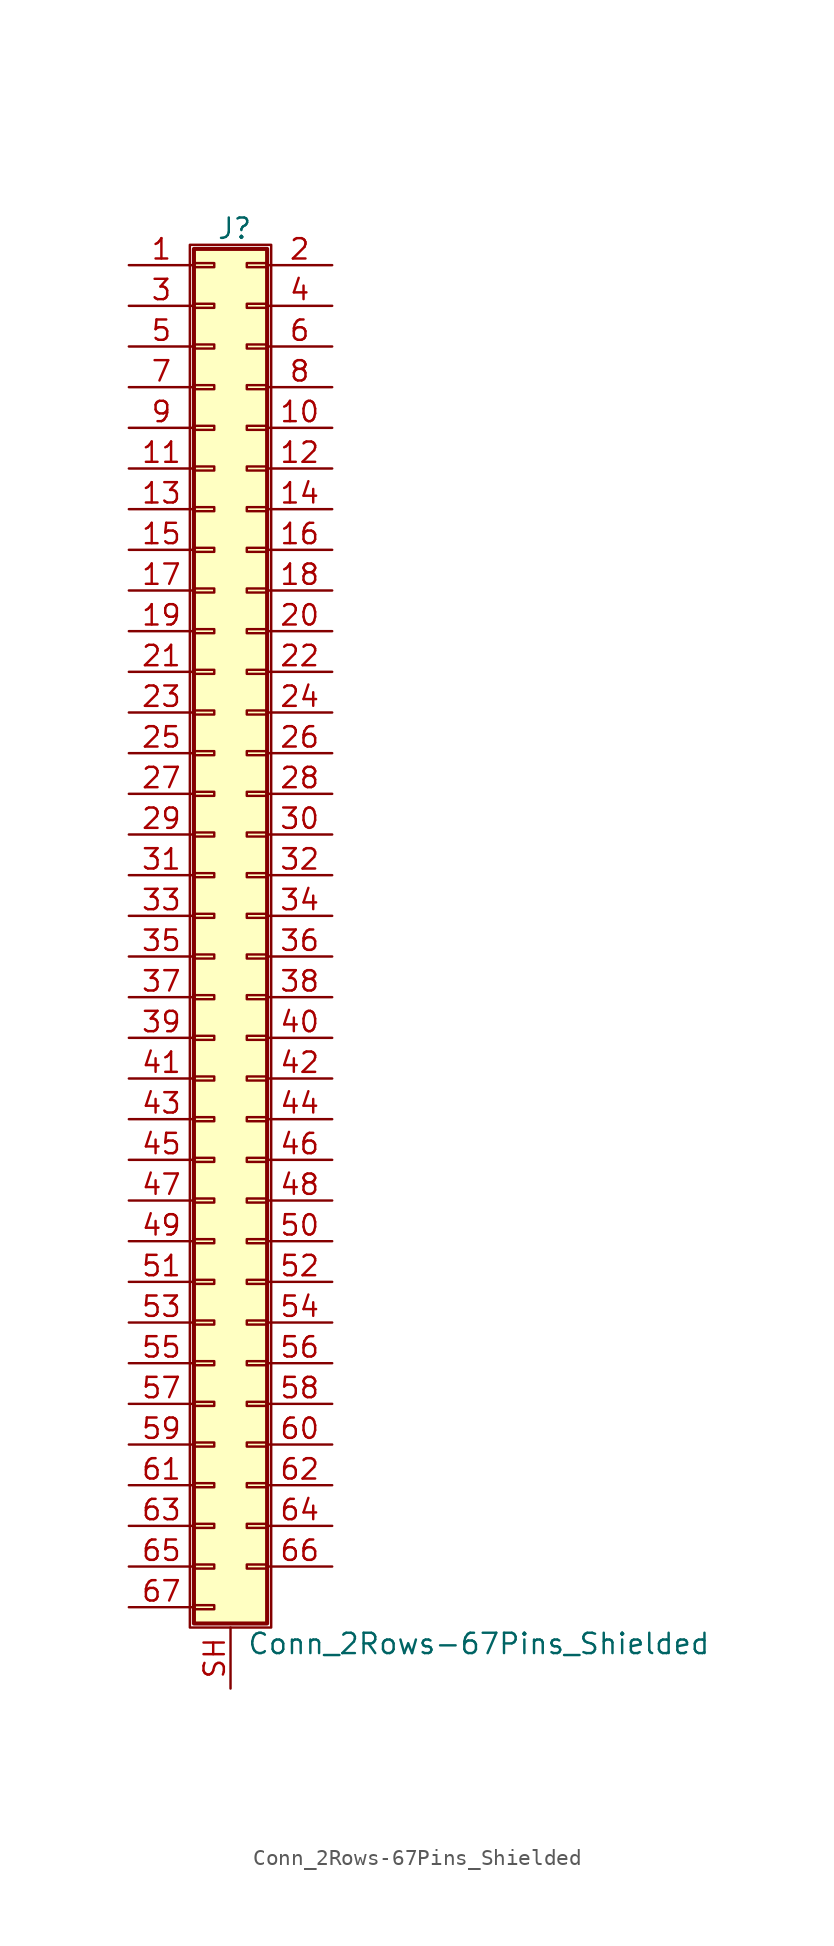
<source format=kicad_sym>
(kicad_symbol_lib
  (version 20220914)
  (generator kicad_symbol_editor)
  (symbol "Conn_2Rows-67Pins_Shielded"
    (pin_names
      (offset 1.016) hide)
    (property "Reference" "J"
      (at 1.524 42.926 0)
      (effects (font (size 1.27 1.27))))
    (property "Value" "Conn_2Rows-67Pins_Shielded"
      (at 2.286 -45.466 0)
      (effects (font (size 1.27 1.27)) (justify left)))
    (symbol "Conn_2Rows-67Pins_Shielded_1_1"
      (rectangle (start -1.27 41.91) (end 3.81 -44.45) (stroke (width 0.152) (type default)) (fill (type none)))
      (rectangle (start -1.016 -43.053) (end 0.254 -43.307) (stroke (width 0.152) (type default)) (fill (type none)))
      (rectangle (start -1.016 -40.513) (end 0.254 -40.767) (stroke (width 0.152) (type default)) (fill (type none)))
      (rectangle (start -1.016 -37.973) (end 0.254 -38.227) (stroke (width 0.152) (type default)) (fill (type none)))
      (rectangle (start -1.016 -35.433) (end 0.254 -35.687) (stroke (width 0.152) (type default)) (fill (type none)))
      (rectangle (start -1.016 -32.893) (end 0.254 -33.147) (stroke (width 0.152) (type default)) (fill (type none)))
      (rectangle (start -1.016 -30.353) (end 0.254 -30.607) (stroke (width 0.152) (type default)) (fill (type none)))
      (rectangle (start -1.016 -27.813) (end 0.254 -28.067) (stroke (width 0.152) (type default)) (fill (type none)))
      (rectangle (start -1.016 -25.273) (end 0.254 -25.527) (stroke (width 0.152) (type default)) (fill (type none)))
      (rectangle (start -1.016 -22.733) (end 0.254 -22.987) (stroke (width 0.152) (type default)) (fill (type none)))
      (rectangle (start -1.016 -20.193) (end 0.254 -20.447) (stroke (width 0.152) (type default)) (fill (type none)))
      (rectangle (start -1.016 -17.653) (end 0.254 -17.907) (stroke (width 0.152) (type default)) (fill (type none)))
      (rectangle (start -1.016 -15.113) (end 0.254 -15.367) (stroke (width 0.152) (type default)) (fill (type none)))
      (rectangle (start -1.016 -12.573) (end 0.254 -12.827) (stroke (width 0.152) (type default)) (fill (type none)))
      (rectangle (start -1.016 -10.033) (end 0.254 -10.287) (stroke (width 0.152) (type default)) (fill (type none)))
      (rectangle (start -1.016 -7.493) (end 0.254 -7.747) (stroke (width 0.152) (type default)) (fill (type none)))
      (rectangle (start -1.016 -4.953) (end 0.254 -5.207) (stroke (width 0.152) (type default)) (fill (type none)))
      (rectangle (start -1.016 -2.413) (end 0.254 -2.667) (stroke (width 0.152) (type default)) (fill (type none)))
      (rectangle (start -1.016 0.127) (end 0.254 -0.127) (stroke (width 0.152) (type default)) (fill (type none)))
      (rectangle (start -1.016 2.667) (end 0.254 2.413) (stroke (width 0.152) (type default)) (fill (type none)))
      (rectangle (start -1.016 5.207) (end 0.254 4.953) (stroke (width 0.152) (type default)) (fill (type none)))
      (rectangle (start -1.016 7.747) (end 0.254 7.493) (stroke (width 0.152) (type default)) (fill (type none)))
      (rectangle (start -1.016 10.287) (end 0.254 10.033) (stroke (width 0.152) (type default)) (fill (type none)))
      (rectangle (start -1.016 12.827) (end 0.254 12.573) (stroke (width 0.152) (type default)) (fill (type none)))
      (rectangle (start -1.016 15.367) (end 0.254 15.113) (stroke (width 0.152) (type default)) (fill (type none)))
      (rectangle (start -1.016 17.907) (end 0.254 17.653) (stroke (width 0.152) (type default)) (fill (type none)))
      (rectangle (start -1.016 20.447) (end 0.254 20.193) (stroke (width 0.152) (type default)) (fill (type none)))
      (rectangle (start -1.016 22.987) (end 0.254 22.733) (stroke (width 0.152) (type default)) (fill (type none)))
      (rectangle (start -1.016 25.527) (end 0.254 25.273) (stroke (width 0.152) (type default)) (fill (type none)))
      (rectangle (start -1.016 28.067) (end 0.254 27.813) (stroke (width 0.152) (type default)) (fill (type none)))
      (rectangle (start -1.016 30.607) (end 0.254 30.353) (stroke (width 0.152) (type default)) (fill (type none)))
      (rectangle (start -1.016 33.147) (end 0.254 32.893) (stroke (width 0.152) (type default)) (fill (type none)))
      (rectangle (start -1.016 35.687) (end 0.254 35.433) (stroke (width 0.152) (type default)) (fill (type none)))
      (rectangle (start -1.016 38.227) (end 0.254 37.973) (stroke (width 0.152) (type default)) (fill (type none)))
      (rectangle (start -1.016 40.767) (end 0.254 40.513) (stroke (width 0.152) (type default)) (fill (type none)))
      (rectangle (start -1.016 41.656) (end 3.556 -44.196) (stroke (width 0.254) (type default)) (fill (type background)))
      (rectangle (start 3.556 -40.513) (end 2.286 -40.767) (stroke (width 0.152) (type default)) (fill (type none)))
      (rectangle (start 3.556 -37.973) (end 2.286 -38.227) (stroke (width 0.152) (type default)) (fill (type none)))
      (rectangle (start 3.556 -35.433) (end 2.286 -35.687) (stroke (width 0.152) (type default)) (fill (type none)))
      (rectangle (start 3.556 -32.893) (end 2.286 -33.147) (stroke (width 0.152) (type default)) (fill (type none)))
      (rectangle (start 3.556 -30.353) (end 2.286 -30.607) (stroke (width 0.152) (type default)) (fill (type none)))
      (rectangle (start 3.556 -27.813) (end 2.286 -28.067) (stroke (width 0.152) (type default)) (fill (type none)))
      (rectangle (start 3.556 -25.273) (end 2.286 -25.527) (stroke (width 0.152) (type default)) (fill (type none)))
      (rectangle (start 3.556 -22.733) (end 2.286 -22.987) (stroke (width 0.152) (type default)) (fill (type none)))
      (rectangle (start 3.556 -20.193) (end 2.286 -20.447) (stroke (width 0.152) (type default)) (fill (type none)))
      (rectangle (start 3.556 -17.653) (end 2.286 -17.907) (stroke (width 0.152) (type default)) (fill (type none)))
      (rectangle (start 3.556 -15.113) (end 2.286 -15.367) (stroke (width 0.152) (type default)) (fill (type none)))
      (rectangle (start 3.556 -12.573) (end 2.286 -12.827) (stroke (width 0.152) (type default)) (fill (type none)))
      (rectangle (start 3.556 -10.033) (end 2.286 -10.287) (stroke (width 0.152) (type default)) (fill (type none)))
      (rectangle (start 3.556 -7.493) (end 2.286 -7.747) (stroke (width 0.152) (type default)) (fill (type none)))
      (rectangle (start 3.556 -4.953) (end 2.286 -5.207) (stroke (width 0.152) (type default)) (fill (type none)))
      (rectangle (start 3.556 -2.413) (end 2.286 -2.667) (stroke (width 0.152) (type default)) (fill (type none)))
      (rectangle (start 3.556 0.127) (end 2.286 -0.127) (stroke (width 0.152) (type default)) (fill (type none)))
      (rectangle (start 3.556 2.667) (end 2.286 2.413) (stroke (width 0.152) (type default)) (fill (type none)))
      (rectangle (start 3.556 5.207) (end 2.286 4.953) (stroke (width 0.152) (type default)) (fill (type none)))
      (rectangle (start 3.556 7.747) (end 2.286 7.493) (stroke (width 0.152) (type default)) (fill (type none)))
      (rectangle (start 3.556 10.287) (end 2.286 10.033) (stroke (width 0.152) (type default)) (fill (type none)))
      (rectangle (start 3.556 12.827) (end 2.286 12.573) (stroke (width 0.152) (type default)) (fill (type none)))
      (rectangle (start 3.556 15.367) (end 2.286 15.113) (stroke (width 0.152) (type default)) (fill (type none)))
      (rectangle (start 3.556 17.907) (end 2.286 17.653) (stroke (width 0.152) (type default)) (fill (type none)))
      (rectangle (start 3.556 20.447) (end 2.286 20.193) (stroke (width 0.152) (type default)) (fill (type none)))
      (rectangle (start 3.556 22.987) (end 2.286 22.733) (stroke (width 0.152) (type default)) (fill (type none)))
      (rectangle (start 3.556 25.527) (end 2.286 25.273) (stroke (width 0.152) (type default)) (fill (type none)))
      (rectangle (start 3.556 28.067) (end 2.286 27.813) (stroke (width 0.152) (type default)) (fill (type none)))
      (rectangle (start 3.556 30.607) (end 2.286 30.353) (stroke (width 0.152) (type default)) (fill (type none)))
      (rectangle (start 3.556 33.147) (end 2.286 32.893) (stroke (width 0.152) (type default)) (fill (type none)))
      (rectangle (start 3.556 35.687) (end 2.286 35.433) (stroke (width 0.152) (type default)) (fill (type none)))
      (rectangle (start 3.556 38.227) (end 2.286 37.973) (stroke (width 0.152) (type default)) (fill (type none)))
      (rectangle (start 3.556 40.767) (end 2.286 40.513) (stroke (width 0.152) (type default)) (fill (type none)))
      (pin passive line (at -5.08 40.64 0) (length 4.064) (name "Pin_1" (effects (font (size 1.27 1.27)))) (number "1" (effects (font (size 1.27 1.27)))))
      (pin passive line (at 7.62 30.48 180) (length 4.064) (name "Pin_10" (effects (font (size 1.27 1.27)))) (number "10" (effects (font (size 1.27 1.27)))))
      (pin passive line (at -5.08 27.94 0) (length 4.064) (name "Pin_11" (effects (font (size 1.27 1.27)))) (number "11" (effects (font (size 1.27 1.27)))))
      (pin passive line (at 7.62 27.94 180) (length 4.064) (name "Pin_12" (effects (font (size 1.27 1.27)))) (number "12" (effects (font (size 1.27 1.27)))))
      (pin passive line (at -5.08 25.4 0) (length 4.064) (name "Pin_13" (effects (font (size 1.27 1.27)))) (number "13" (effects (font (size 1.27 1.27)))))
      (pin passive line (at 7.62 25.4 180) (length 4.064) (name "Pin_14" (effects (font (size 1.27 1.27)))) (number "14" (effects (font (size 1.27 1.27)))))
      (pin passive line (at -5.08 22.86 0) (length 4.064) (name "Pin_15" (effects (font (size 1.27 1.27)))) (number "15" (effects (font (size 1.27 1.27)))))
      (pin passive line (at 7.62 22.86 180) (length 4.064) (name "Pin_16" (effects (font (size 1.27 1.27)))) (number "16" (effects (font (size 1.27 1.27)))))
      (pin passive line (at -5.08 20.32 0) (length 4.064) (name "Pin_17" (effects (font (size 1.27 1.27)))) (number "17" (effects (font (size 1.27 1.27)))))
      (pin passive line (at 7.62 20.32 180) (length 4.064) (name "Pin_18" (effects (font (size 1.27 1.27)))) (number "18" (effects (font (size 1.27 1.27)))))
      (pin passive line (at -5.08 17.78 0) (length 4.064) (name "Pin_19" (effects (font (size 1.27 1.27)))) (number "19" (effects (font (size 1.27 1.27)))))
      (pin passive line (at 7.62 40.64 180) (length 4.064) (name "Pin_2" (effects (font (size 1.27 1.27)))) (number "2" (effects (font (size 1.27 1.27)))))
      (pin passive line (at 7.62 17.78 180) (length 4.064) (name "Pin_20" (effects (font (size 1.27 1.27)))) (number "20" (effects (font (size 1.27 1.27)))))
      (pin passive line (at -5.08 15.24 0) (length 4.064) (name "Pin_21" (effects (font (size 1.27 1.27)))) (number "21" (effects (font (size 1.27 1.27)))))
      (pin passive line (at 7.62 15.24 180) (length 4.064) (name "Pin_22" (effects (font (size 1.27 1.27)))) (number "22" (effects (font (size 1.27 1.27)))))
      (pin passive line (at -5.08 12.7 0) (length 4.064) (name "Pin_23" (effects (font (size 1.27 1.27)))) (number "23" (effects (font (size 1.27 1.27)))))
      (pin passive line (at 7.62 12.7 180) (length 4.064) (name "Pin_24" (effects (font (size 1.27 1.27)))) (number "24" (effects (font (size 1.27 1.27)))))
      (pin passive line (at -5.08 10.16 0) (length 4.064) (name "Pin_25" (effects (font (size 1.27 1.27)))) (number "25" (effects (font (size 1.27 1.27)))))
      (pin passive line (at 7.62 10.16 180) (length 4.064) (name "Pin_26" (effects (font (size 1.27 1.27)))) (number "26" (effects (font (size 1.27 1.27)))))
      (pin passive line (at -5.08 7.62 0) (length 4.064) (name "Pin_27" (effects (font (size 1.27 1.27)))) (number "27" (effects (font (size 1.27 1.27)))))
      (pin passive line (at 7.62 7.62 180) (length 4.064) (name "Pin_28" (effects (font (size 1.27 1.27)))) (number "28" (effects (font (size 1.27 1.27)))))
      (pin passive line (at -5.08 5.08 0) (length 4.064) (name "Pin_29" (effects (font (size 1.27 1.27)))) (number "29" (effects (font (size 1.27 1.27)))))
      (pin passive line (at -5.08 38.1 0) (length 4.064) (name "Pin_3" (effects (font (size 1.27 1.27)))) (number "3" (effects (font (size 1.27 1.27)))))
      (pin passive line (at 7.62 5.08 180) (length 4.064) (name "Pin_30" (effects (font (size 1.27 1.27)))) (number "30" (effects (font (size 1.27 1.27)))))
      (pin passive line (at -5.08 2.54 0) (length 4.064) (name "Pin_31" (effects (font (size 1.27 1.27)))) (number "31" (effects (font (size 1.27 1.27)))))
      (pin passive line (at 7.62 2.54 180) (length 4.064) (name "Pin_32" (effects (font (size 1.27 1.27)))) (number "32" (effects (font (size 1.27 1.27)))))
      (pin passive line (at -5.08 0 0) (length 4.064) (name "Pin_33" (effects (font (size 1.27 1.27)))) (number "33" (effects (font (size 1.27 1.27)))))
      (pin passive line (at 7.62 0 180) (length 4.064) (name "Pin_34" (effects (font (size 1.27 1.27)))) (number "34" (effects (font (size 1.27 1.27)))))
      (pin passive line (at -5.08 -2.54 0) (length 4.064) (name "Pin_35" (effects (font (size 1.27 1.27)))) (number "35" (effects (font (size 1.27 1.27)))))
      (pin passive line (at 7.62 -2.54 180) (length 4.064) (name "Pin_36" (effects (font (size 1.27 1.27)))) (number "36" (effects (font (size 1.27 1.27)))))
      (pin passive line (at -5.08 -5.08 0) (length 4.064) (name "Pin_37" (effects (font (size 1.27 1.27)))) (number "37" (effects (font (size 1.27 1.27)))))
      (pin passive line (at 7.62 -5.08 180) (length 4.064) (name "Pin_38" (effects (font (size 1.27 1.27)))) (number "38" (effects (font (size 1.27 1.27)))))
      (pin passive line (at -5.08 -7.62 0) (length 4.064) (name "Pin_39" (effects (font (size 1.27 1.27)))) (number "39" (effects (font (size 1.27 1.27)))))
      (pin passive line (at 7.62 38.1 180) (length 4.064) (name "Pin_4" (effects (font (size 1.27 1.27)))) (number "4" (effects (font (size 1.27 1.27)))))
      (pin passive line (at 7.62 -7.62 180) (length 4.064) (name "Pin_40" (effects (font (size 1.27 1.27)))) (number "40" (effects (font (size 1.27 1.27)))))
      (pin passive line (at -5.08 -10.16 0) (length 4.064) (name "Pin_41" (effects (font (size 1.27 1.27)))) (number "41" (effects (font (size 1.27 1.27)))))
      (pin passive line (at 7.62 -10.16 180) (length 4.064) (name "Pin_42" (effects (font (size 1.27 1.27)))) (number "42" (effects (font (size 1.27 1.27)))))
      (pin passive line (at -5.08 -12.7 0) (length 4.064) (name "Pin_43" (effects (font (size 1.27 1.27)))) (number "43" (effects (font (size 1.27 1.27)))))
      (pin passive line (at 7.62 -12.7 180) (length 4.064) (name "Pin_44" (effects (font (size 1.27 1.27)))) (number "44" (effects (font (size 1.27 1.27)))))
      (pin passive line (at -5.08 -15.24 0) (length 4.064) (name "Pin_45" (effects (font (size 1.27 1.27)))) (number "45" (effects (font (size 1.27 1.27)))))
      (pin passive line (at 7.62 -15.24 180) (length 4.064) (name "Pin_46" (effects (font (size 1.27 1.27)))) (number "46" (effects (font (size 1.27 1.27)))))
      (pin passive line (at -5.08 -17.78 0) (length 4.064) (name "Pin_47" (effects (font (size 1.27 1.27)))) (number "47" (effects (font (size 1.27 1.27)))))
      (pin passive line (at 7.62 -17.78 180) (length 4.064) (name "Pin_48" (effects (font (size 1.27 1.27)))) (number "48" (effects (font (size 1.27 1.27)))))
      (pin passive line (at -5.08 -20.32 0) (length 4.064) (name "Pin_49" (effects (font (size 1.27 1.27)))) (number "49" (effects (font (size 1.27 1.27)))))
      (pin passive line (at -5.08 35.56 0) (length 4.064) (name "Pin_5" (effects (font (size 1.27 1.27)))) (number "5" (effects (font (size 1.27 1.27)))))
      (pin passive line (at 7.62 -20.32 180) (length 4.064) (name "Pin_50" (effects (font (size 1.27 1.27)))) (number "50" (effects (font (size 1.27 1.27)))))
      (pin passive line (at -5.08 -22.86 0) (length 4.064) (name "Pin_51" (effects (font (size 1.27 1.27)))) (number "51" (effects (font (size 1.27 1.27)))))
      (pin passive line (at 7.62 -22.86 180) (length 4.064) (name "Pin_52" (effects (font (size 1.27 1.27)))) (number "52" (effects (font (size 1.27 1.27)))))
      (pin passive line (at -5.08 -25.4 0) (length 4.064) (name "Pin_53" (effects (font (size 1.27 1.27)))) (number "53" (effects (font (size 1.27 1.27)))))
      (pin passive line (at 7.62 -25.4 180) (length 4.064) (name "Pin_54" (effects (font (size 1.27 1.27)))) (number "54" (effects (font (size 1.27 1.27)))))
      (pin passive line (at -5.08 -27.94 0) (length 4.064) (name "Pin_55" (effects (font (size 1.27 1.27)))) (number "55" (effects (font (size 1.27 1.27)))))
      (pin passive line (at 7.62 -27.94 180) (length 4.064) (name "Pin_56" (effects (font (size 1.27 1.27)))) (number "56" (effects (font (size 1.27 1.27)))))
      (pin passive line (at -5.08 -30.48 0) (length 4.064) (name "Pin_57" (effects (font (size 1.27 1.27)))) (number "57" (effects (font (size 1.27 1.27)))))
      (pin passive line (at 7.62 -30.48 180) (length 4.064) (name "Pin_58" (effects (font (size 1.27 1.27)))) (number "58" (effects (font (size 1.27 1.27)))))
      (pin passive line (at -5.08 -33.02 0) (length 4.064) (name "Pin_59" (effects (font (size 1.27 1.27)))) (number "59" (effects (font (size 1.27 1.27)))))
      (pin passive line (at 7.62 35.56 180) (length 4.064) (name "Pin_6" (effects (font (size 1.27 1.27)))) (number "6" (effects (font (size 1.27 1.27)))))
      (pin passive line (at 7.62 -33.02 180) (length 4.064) (name "Pin_60" (effects (font (size 1.27 1.27)))) (number "60" (effects (font (size 1.27 1.27)))))
      (pin passive line (at -5.08 -35.56 0) (length 4.064) (name "Pin_61" (effects (font (size 1.27 1.27)))) (number "61" (effects (font (size 1.27 1.27)))))
      (pin passive line (at 7.62 -35.56 180) (length 4.064) (name "Pin_62" (effects (font (size 1.27 1.27)))) (number "62" (effects (font (size 1.27 1.27)))))
      (pin passive line (at -5.08 -38.1 0) (length 4.064) (name "Pin_63" (effects (font (size 1.27 1.27)))) (number "63" (effects (font (size 1.27 1.27)))))
      (pin passive line (at 7.62 -38.1 180) (length 4.064) (name "Pin_64" (effects (font (size 1.27 1.27)))) (number "64" (effects (font (size 1.27 1.27)))))
      (pin passive line (at -5.08 -40.64 0) (length 4.064) (name "Pin_65" (effects (font (size 1.27 1.27)))) (number "65" (effects (font (size 1.27 1.27)))))
      (pin passive line (at 7.62 -40.64 180) (length 4.064) (name "Pin_66" (effects (font (size 1.27 1.27)))) (number "66" (effects (font (size 1.27 1.27)))))
      (pin passive line (at -5.08 -43.18 0) (length 4.064) (name "Pin_67" (effects (font (size 1.27 1.27)))) (number "67" (effects (font (size 1.27 1.27)))))
      (pin passive line (at -5.08 33.02 0) (length 4.064) (name "Pin_7" (effects (font (size 1.27 1.27)))) (number "7" (effects (font (size 1.27 1.27)))))
      (pin passive line (at 7.62 33.02 180) (length 4.064) (name "Pin_8" (effects (font (size 1.27 1.27)))) (number "8" (effects (font (size 1.27 1.27)))))
      (pin passive line (at -5.08 30.48 0) (length 4.064) (name "Pin_9" (effects (font (size 1.27 1.27)))) (number "9" (effects (font (size 1.27 1.27)))))
      (pin passive line (at 1.27 -48.26 90) (length 3.81) (name "Shield" (effects (font (size 1.27 1.27)))) (number "SH" (effects (font (size 1.27 1.27))))))))
</source>
